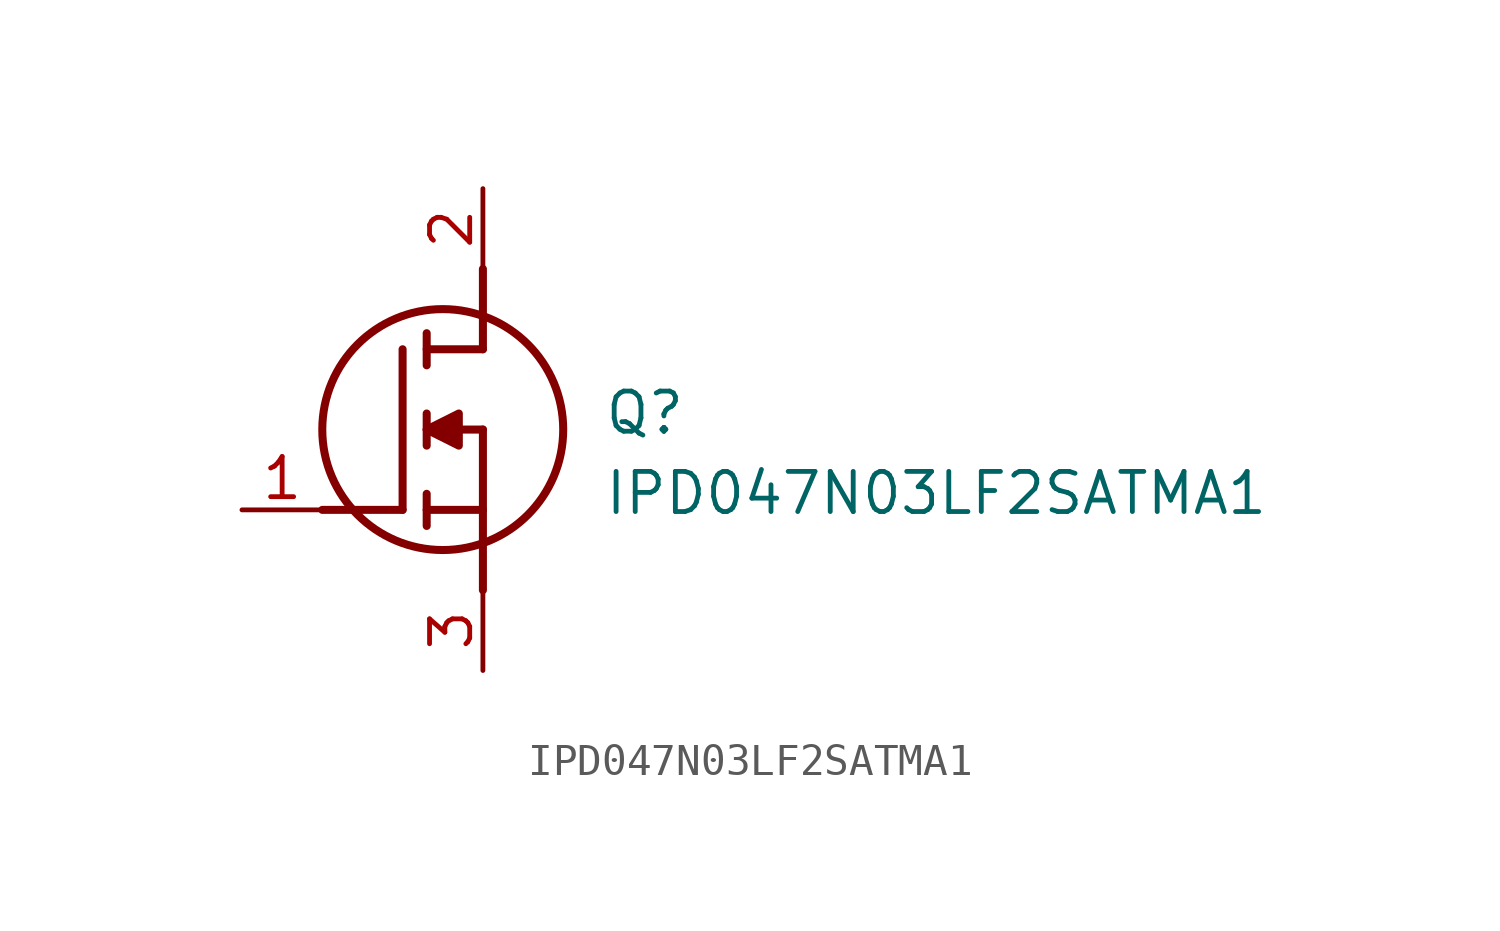
<source format=kicad_sym>
(kicad_symbol_lib
  (version 20211014)
  (generator SamacSys_ECAD_Model)
  (symbol "IPD047N03LF2SATMA1"
    (pin_names hide)
    (property "Reference" "Q"
      (at 11.43 3.81 0)
      (effects (font (size 1.27 1.27)) (justify left top)))
    (property "Value" "IPD047N03LF2SATMA1"
      (at 11.43 1.27 0)
      (effects (font (size 1.27 1.27)) (justify left top)))
    (polyline
      (pts (xy 7.62 2.54) (xy 7.62 -2.54))
      (stroke (width 0.254) (type default))
      (fill (type none)))
    (polyline
      (pts (xy 7.62 5.08) (xy 7.62 7.62))
      (stroke (width 0.254) (type default))
      (fill (type none)))
    (polyline
      (pts (xy 2.54 0) (xy 5.08 0))
      (stroke (width 0.254) (type default))
      (fill (type none)))
    (polyline
      (pts (xy 5.08 5.08) (xy 5.08 0))
      (stroke (width 0.254) (type default))
      (fill (type none)))
    (polyline
      (pts (xy 7.62 2.54) (xy 5.842 2.54))
      (stroke (width 0.254) (type default))
      (fill (type none)))
    (polyline
      (pts (xy 7.62 5.08) (xy 5.842 5.08))
      (stroke (width 0.254) (type default))
      (fill (type none)))
    (polyline
      (pts (xy 5.842 0) (xy 7.62 0))
      (stroke (width 0.254) (type default))
      (fill (type none)))
    (polyline
      (pts (xy 5.842 5.588) (xy 5.842 4.572))
      (stroke (width 0.254) (type default))
      (fill (type none)))
    (polyline
      (pts (xy 5.842 -0.508) (xy 5.842 0.508))
      (stroke (width 0.254) (type default))
      (fill (type none)))
    (polyline
      (pts (xy 5.842 2.032) (xy 5.842 3.048))
      (stroke (width 0.254) (type default))
      (fill (type none)))
    (circle
      (center 6.35 2.54)
      (radius 3.81)
      (stroke (width 0.254) (type default))
      (fill (type none)))
    (polyline
      (pts (xy 5.842 2.54) (xy 6.858 3.048) (xy 6.858 2.032) (xy 5.842 2.54))
      (stroke (width 0.254) (type default))
      (fill (type outline)))
    (pin passive line
      (at 0 0 0)
      (length 2.54)
      (name "G" (effects (font (size 1.27 1.27))))
      (number "1" (effects (font (size 1.27 1.27)))))
    (pin passive line
      (at 7.62 10.16 270)
      (length 2.54)
      (name "D" (effects (font (size 1.27 1.27))))
      (number "2" (effects (font (size 1.27 1.27)))))
    (pin passive line
      (at 7.62 -5.08 90)
      (length 2.54)
      (name "S" (effects (font (size 1.27 1.27))))
      (number "3" (effects (font (size 1.27 1.27)))))))
</source>
